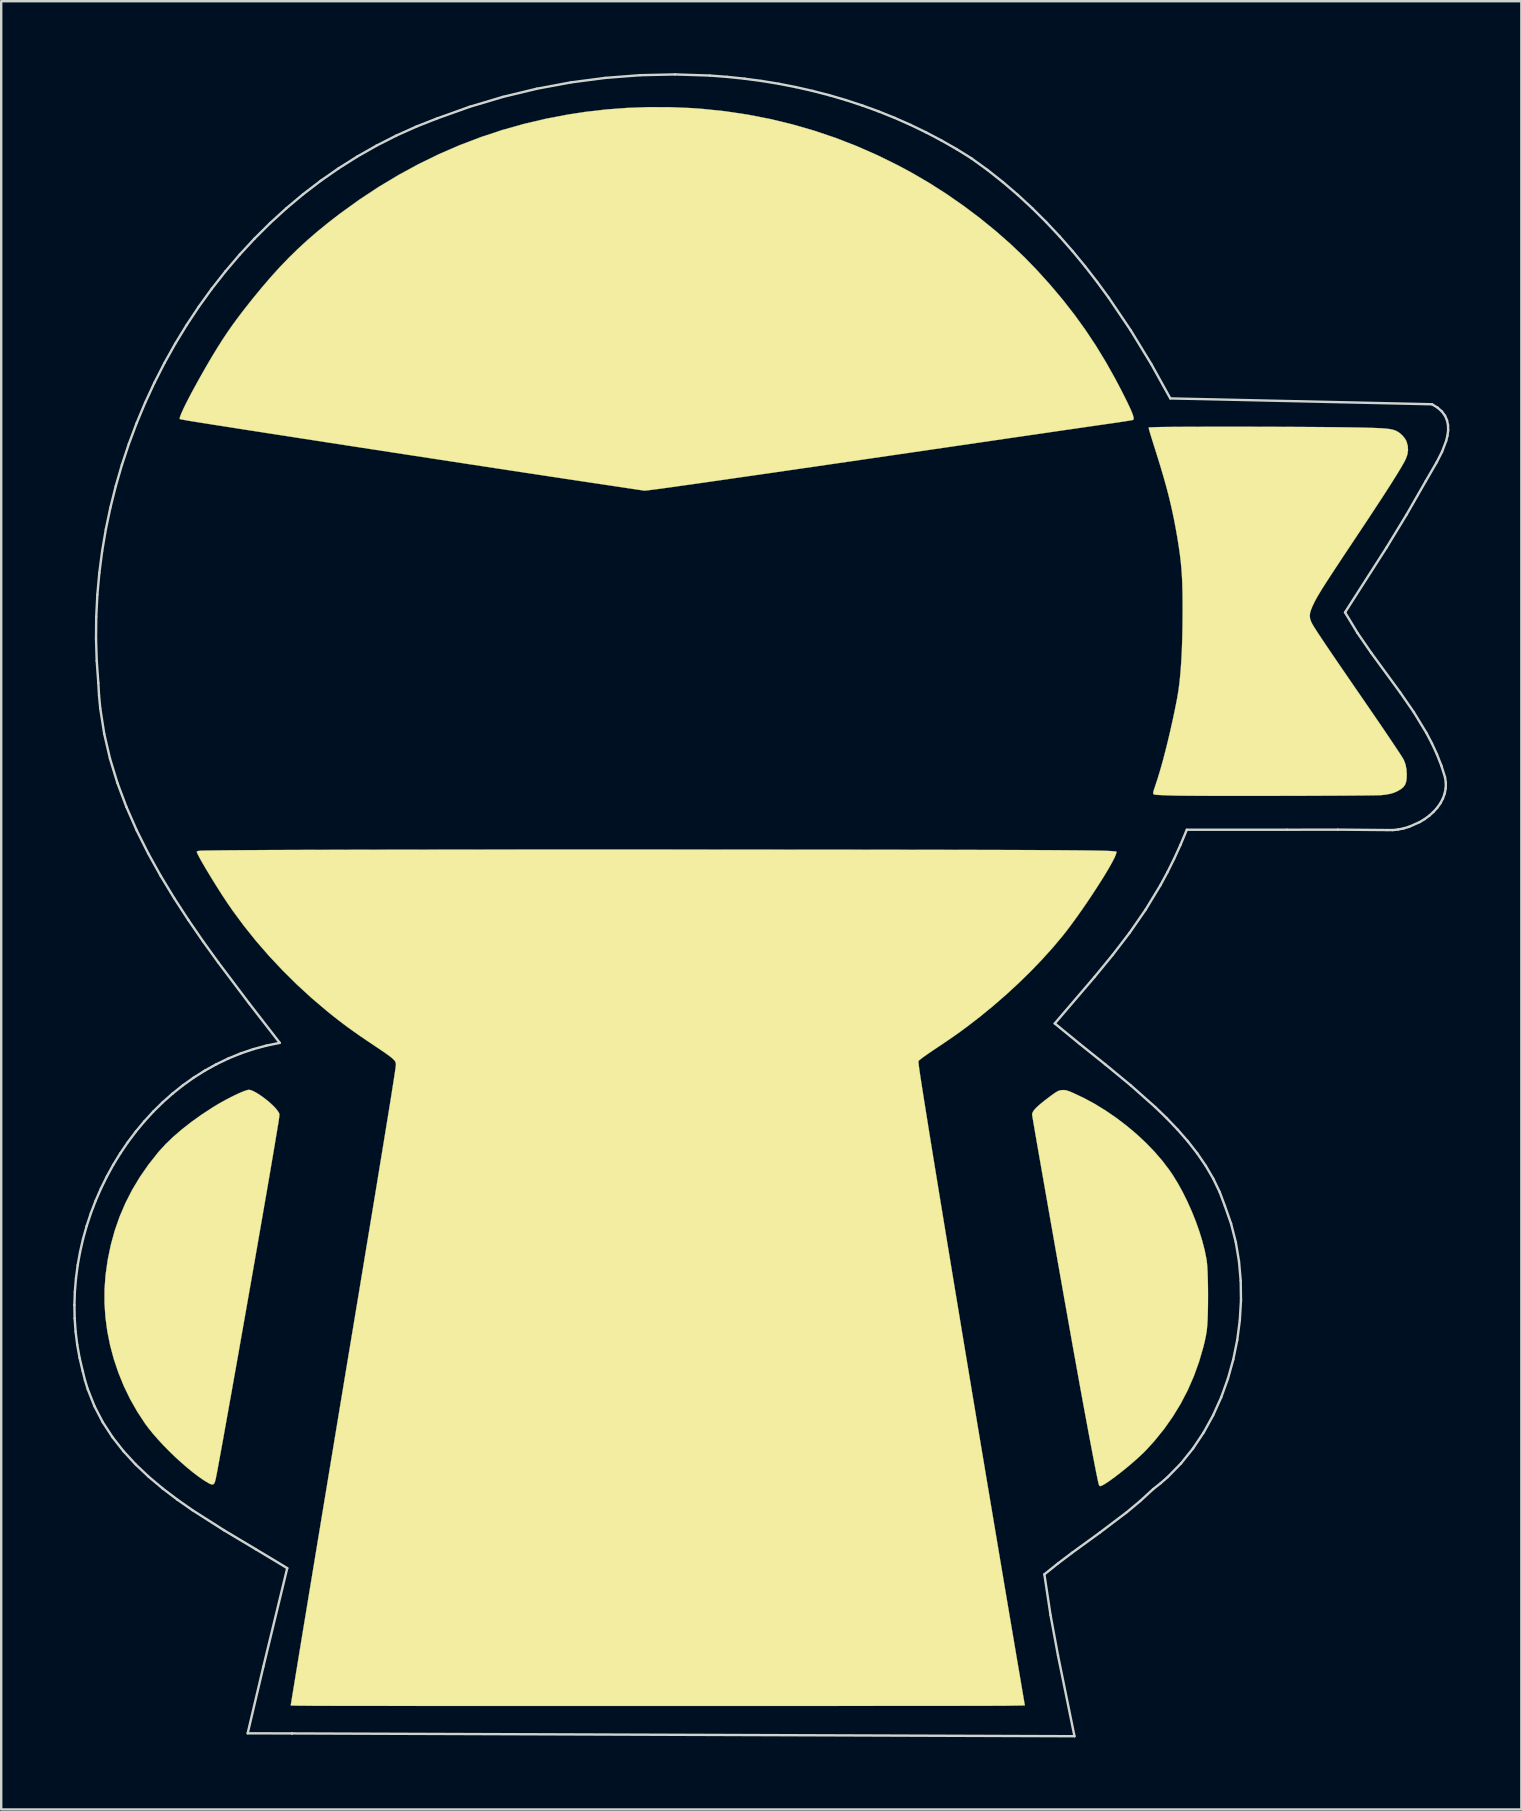
<source format=kicad_pcb>
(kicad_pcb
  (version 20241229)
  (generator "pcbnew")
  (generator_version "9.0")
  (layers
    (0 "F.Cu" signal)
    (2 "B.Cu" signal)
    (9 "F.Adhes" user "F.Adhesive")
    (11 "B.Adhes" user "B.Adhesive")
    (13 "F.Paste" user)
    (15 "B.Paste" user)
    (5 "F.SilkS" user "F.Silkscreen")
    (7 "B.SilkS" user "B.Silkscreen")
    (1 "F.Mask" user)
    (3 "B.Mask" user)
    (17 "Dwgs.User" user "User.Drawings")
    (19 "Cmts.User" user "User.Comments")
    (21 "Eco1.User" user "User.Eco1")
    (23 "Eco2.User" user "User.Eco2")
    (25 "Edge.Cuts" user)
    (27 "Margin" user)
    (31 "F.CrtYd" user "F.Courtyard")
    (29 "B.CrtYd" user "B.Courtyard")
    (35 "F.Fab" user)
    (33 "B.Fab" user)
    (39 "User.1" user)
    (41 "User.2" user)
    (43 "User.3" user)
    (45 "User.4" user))
  (footprint "ninja-art"
    (layer "F.Cu")
    (at 28.661 34.661)
    (property "Reference" "ninja-art" (at 0 0 0) (layer "F.SilkS") (effects (font (size 1.27 1.27) (thickness 0.15))))
    (attr through_hole)
    (fp_poly (pts (xy 4.741 -14.704) (xy 5.052 -14.681) (xy 5.338 -14.64) (xy 5.609 -14.581) (xy 5.872 -14.5) (xy 6.135 -14.397) (xy 6.382 -14.282) (xy 6.736 -14.083) (xy 7.069 -13.85) (xy 7.378 -13.586) (xy 7.659 -13.294) (xy 7.91 -12.978) (xy 8.126 -12.641) (xy 8.244 -12.418) (xy 8.393 -12.069) (xy 8.512 -11.697) (xy 8.599 -11.311) (xy 8.653 -10.919) (xy 8.672 -10.528) (xy 8.659 -10.201) (xy 8.606 -9.783) (xy 8.516 -9.385) (xy 8.389 -9.008) (xy 8.225 -8.65) (xy 8.023 -8.311) (xy 7.783 -7.99) (xy 7.504 -7.686) (xy 7.459 -7.641) (xy 7.165 -7.381) (xy 6.852 -7.148) (xy 6.527 -6.944) (xy 6.193 -6.774) (xy 5.856 -6.641) (xy 5.599 -6.564) (xy 5.222 -6.487) (xy 4.826 -6.438) (xy 4.424 -6.419) (xy 4.029 -6.43) (xy 3.938 -6.437) (xy 3.611 -6.481) (xy 3.292 -6.556) (xy 2.978 -6.663) (xy 2.665 -6.803) (xy 2.348 -6.98) (xy 2.023 -7.194) (xy 1.869 -7.305) (xy 1.762 -7.391) (xy 1.639 -7.499) (xy 1.506 -7.622) (xy 1.37 -7.754) (xy 1.238 -7.888) (xy 1.118 -8.017) (xy 1.015 -8.134) (xy 0.937 -8.232) (xy 0.927 -8.245) (xy 0.734 -8.553) (xy 0.571 -8.887) (xy 0.44 -9.241) (xy 0.341 -9.611) (xy 0.275 -9.993) (xy 0.244 -10.38) (xy 0.248 -10.769) (xy 0.288 -11.155) (xy 0.308 -11.271) (xy 0.405 -11.682) (xy 0.541 -12.078) (xy 0.712 -12.455) (xy 0.918 -12.811) (xy 1.157 -13.145) (xy 1.427 -13.454) (xy 1.726 -13.736) (xy 2.052 -13.989) (xy 2.404 -14.211) (xy 2.779 -14.399) (xy 2.94 -14.466) (xy 3.176 -14.55) (xy 3.409 -14.615) (xy 3.65 -14.662) (xy 3.906 -14.692) (xy 4.187 -14.708) (xy 4.399 -14.711) (xy 4.741 -14.704)) (stroke (width 0.01) (type solid)) (fill yes) (layer "F.Mask"))
    (fp_poly (pts (xy -13.378 -14.712) (xy -13.018 -14.676) (xy -12.622 -14.603) (xy -12.247 -14.495) (xy -11.89 -14.352) (xy -11.55 -14.172) (xy -11.223 -13.954) (xy -10.907 -13.697) (xy -10.625 -13.426) (xy -10.393 -13.168) (xy -10.191 -12.904) (xy -10.017 -12.627) (xy -9.867 -12.332) (xy -9.739 -12.013) (xy -9.629 -11.666) (xy -9.536 -11.284) (xy -9.531 -11.261) (xy -9.512 -11.171) (xy -9.499 -11.093) (xy -9.488 -11.017) (xy -9.482 -10.935) (xy -9.477 -10.839) (xy -9.475 -10.721) (xy -9.474 -10.573) (xy -9.473 -10.499) (xy -9.473 -10.332) (xy -9.475 -10.199) (xy -9.478 -10.093) (xy -9.484 -10.005) (xy -9.492 -9.926) (xy -9.504 -9.849) (xy -9.52 -9.766) (xy -9.521 -9.761) (xy -9.622 -9.369) (xy -9.763 -8.986) (xy -9.944 -8.617) (xy -10.163 -8.263) (xy -10.316 -8.054) (xy -10.406 -7.948) (xy -10.519 -7.824) (xy -10.648 -7.693) (xy -10.784 -7.563) (xy -10.916 -7.443) (xy -11.037 -7.341) (xy -11.07 -7.315) (xy -11.311 -7.141) (xy -11.554 -6.988) (xy -11.818 -6.844) (xy -11.85 -6.828) (xy -12.059 -6.726) (xy -12.242 -6.645) (xy -12.409 -6.582) (xy -12.567 -6.535) (xy -12.727 -6.5) (xy -12.897 -6.475) (xy -13.087 -6.458) (xy -13.102 -6.457) (xy -13.2 -6.451) (xy -13.323 -6.447) (xy -13.465 -6.443) (xy -13.619 -6.44) (xy -13.777 -6.439) (xy -13.932 -6.438) (xy -14.078 -6.438) (xy -14.207 -6.44) (xy -14.312 -6.442) (xy -14.387 -6.446) (xy -14.415 -6.449) (xy -14.652 -6.499) (xy -14.909 -6.575) (xy -15.176 -6.672) (xy -15.443 -6.787) (xy -15.7 -6.915) (xy -15.875 -7.015) (xy -16.231 -7.253) (xy -16.553 -7.517) (xy -16.844 -7.807) (xy -17.106 -8.126) (xy -17.227 -8.297) (xy -17.423 -8.623) (xy -17.591 -8.97) (xy -17.725 -9.33) (xy -17.823 -9.693) (xy -17.846 -9.812) (xy -17.872 -9.997) (xy -17.888 -10.21) (xy -17.895 -10.44) (xy -17.893 -10.672) (xy -17.881 -10.895) (xy -17.86 -11.096) (xy -17.856 -11.123) (xy -17.777 -11.537) (xy -17.668 -11.922) (xy -17.527 -12.283) (xy -17.353 -12.623) (xy -17.144 -12.947) (xy -16.897 -13.258) (xy -16.75 -13.42) (xy -16.449 -13.705) (xy -16.125 -13.957) (xy -15.778 -14.175) (xy -15.412 -14.357) (xy -15.029 -14.504) (xy -14.631 -14.613) (xy -14.222 -14.685) (xy -13.804 -14.719) (xy -13.378 -14.712)) (stroke (width 0.01) (type solid)) (fill yes) (layer "F.Mask"))
    (fp_poly (pts (xy 4.741 -14.704) (xy 5.052 -14.681) (xy 5.338 -14.64) (xy 5.609 -14.581) (xy 5.872 -14.5) (xy 6.135 -14.397) (xy 6.382 -14.282) (xy 6.736 -14.083) (xy 7.069 -13.85) (xy 7.378 -13.586) (xy 7.659 -13.294) (xy 7.91 -12.978) (xy 8.126 -12.641) (xy 8.244 -12.418) (xy 8.393 -12.069) (xy 8.512 -11.697) (xy 8.599 -11.311) (xy 8.653 -10.919) (xy 8.672 -10.528) (xy 8.659 -10.201) (xy 8.606 -9.783) (xy 8.516 -9.385) (xy 8.389 -9.008) (xy 8.225 -8.65) (xy 8.023 -8.311) (xy 7.783 -7.99) (xy 7.504 -7.686) (xy 7.459 -7.641) (xy 7.165 -7.381) (xy 6.852 -7.148) (xy 6.527 -6.944) (xy 6.193 -6.774) (xy 5.856 -6.641) (xy 5.599 -6.564) (xy 5.222 -6.487) (xy 4.826 -6.438) (xy 4.424 -6.419) (xy 4.029 -6.43) (xy 3.938 -6.437) (xy 3.611 -6.481) (xy 3.292 -6.556) (xy 2.978 -6.663) (xy 2.665 -6.803) (xy 2.348 -6.98) (xy 2.023 -7.194) (xy 1.869 -7.305) (xy 1.762 -7.391) (xy 1.639 -7.499) (xy 1.506 -7.622) (xy 1.37 -7.754) (xy 1.238 -7.888) (xy 1.118 -8.017) (xy 1.015 -8.134) (xy 0.937 -8.232) (xy 0.927 -8.245) (xy 0.734 -8.553) (xy 0.571 -8.887) (xy 0.44 -9.241) (xy 0.341 -9.611) (xy 0.275 -9.993) (xy 0.244 -10.38) (xy 0.248 -10.769) (xy 0.288 -11.155) (xy 0.308 -11.271) (xy 0.405 -11.682) (xy 0.541 -12.078) (xy 0.712 -12.455) (xy 0.918 -12.811) (xy 1.157 -13.145) (xy 1.427 -13.454) (xy 1.726 -13.736) (xy 2.052 -13.989) (xy 2.404 -14.211) (xy 2.779 -14.399) (xy 2.94 -14.466) (xy 3.176 -14.55) (xy 3.409 -14.615) (xy 3.65 -14.662) (xy 3.906 -14.692) (xy 4.187 -14.708) (xy 4.399 -14.711) (xy 4.741 -14.704)) (stroke (width 0.01) (type solid)) (fill yes) (layer "B.Mask"))
    (fp_poly (pts (xy -13.378 -14.712) (xy -13.018 -14.676) (xy -12.622 -14.603) (xy -12.247 -14.495) (xy -11.89 -14.352) (xy -11.55 -14.172) (xy -11.223 -13.954) (xy -10.907 -13.697) (xy -10.625 -13.426) (xy -10.393 -13.168) (xy -10.191 -12.904) (xy -10.017 -12.627) (xy -9.867 -12.332) (xy -9.739 -12.013) (xy -9.629 -11.666) (xy -9.536 -11.284) (xy -9.531 -11.261) (xy -9.512 -11.171) (xy -9.499 -11.093) (xy -9.488 -11.017) (xy -9.482 -10.935) (xy -9.477 -10.839) (xy -9.475 -10.721) (xy -9.474 -10.573) (xy -9.473 -10.499) (xy -9.473 -10.332) (xy -9.475 -10.199) (xy -9.478 -10.093) (xy -9.484 -10.005) (xy -9.492 -9.926) (xy -9.504 -9.849) (xy -9.52 -9.766) (xy -9.521 -9.761) (xy -9.622 -9.369) (xy -9.763 -8.986) (xy -9.944 -8.617) (xy -10.163 -8.263) (xy -10.316 -8.054) (xy -10.406 -7.948) (xy -10.519 -7.824) (xy -10.648 -7.693) (xy -10.784 -7.563) (xy -10.916 -7.443) (xy -11.037 -7.341) (xy -11.07 -7.315) (xy -11.311 -7.141) (xy -11.554 -6.988) (xy -11.818 -6.844) (xy -11.85 -6.828) (xy -12.059 -6.726) (xy -12.242 -6.645) (xy -12.409 -6.582) (xy -12.567 -6.535) (xy -12.727 -6.5) (xy -12.897 -6.475) (xy -13.087 -6.458) (xy -13.102 -6.457) (xy -13.2 -6.451) (xy -13.323 -6.447) (xy -13.465 -6.443) (xy -13.619 -6.44) (xy -13.777 -6.439) (xy -13.932 -6.438) (xy -14.078 -6.438) (xy -14.207 -6.44) (xy -14.312 -6.442) (xy -14.387 -6.446) (xy -14.415 -6.449) (xy -14.652 -6.499) (xy -14.909 -6.575) (xy -15.176 -6.672) (xy -15.443 -6.787) (xy -15.7 -6.915) (xy -15.875 -7.015) (xy -16.231 -7.253) (xy -16.553 -7.517) (xy -16.844 -7.807) (xy -17.106 -8.126) (xy -17.227 -8.297) (xy -17.423 -8.623) (xy -17.591 -8.97) (xy -17.725 -9.33) (xy -17.823 -9.693) (xy -17.846 -9.812) (xy -17.872 -9.997) (xy -17.888 -10.21) (xy -17.895 -10.44) (xy -17.893 -10.672) (xy -17.881 -10.895) (xy -17.86 -11.096) (xy -17.856 -11.123) (xy -17.777 -11.537) (xy -17.668 -11.922) (xy -17.527 -12.283) (xy -17.353 -12.623) (xy -17.144 -12.947) (xy -16.897 -13.258) (xy -16.75 -13.42) (xy -16.449 -13.705) (xy -16.125 -13.957) (xy -15.778 -14.175) (xy -15.412 -14.357) (xy -15.029 -14.504) (xy -14.631 -14.613) (xy -14.222 -14.685) (xy -13.804 -14.719) (xy -13.378 -14.712)) (stroke (width 0.01) (type solid)) (fill yes) (layer "B.Mask"))
    (fp_poly (pts (xy -21.262 7.698) (xy -21.16 7.74) (xy -21.04 7.803) (xy -20.908 7.885) (xy -20.77 7.981) (xy -20.63 8.087) (xy -20.495 8.198) (xy -20.37 8.311) (xy -20.261 8.42) (xy -20.173 8.523) (xy -20.121 8.6) (xy -20.106 8.623) (xy -20.094 8.642) (xy -20.084 8.66) (xy -20.077 8.682) (xy -20.074 8.71) (xy -20.075 8.749) (xy -20.079 8.802) (xy -20.088 8.873) (xy -20.102 8.966) (xy -20.12 9.084) (xy -20.145 9.232) (xy -20.175 9.412) (xy -20.211 9.629) (xy -20.227 9.726) (xy -20.27 9.984) (xy -20.319 10.273) (xy -20.373 10.59) (xy -20.431 10.934) (xy -20.494 11.302) (xy -20.561 11.693) (xy -20.632 12.104) (xy -20.707 12.533) (xy -20.784 12.979) (xy -20.864 13.439) (xy -20.946 13.911) (xy -21.03 14.394) (xy -21.116 14.885) (xy -21.203 15.382) (xy -21.291 15.884) (xy -21.38 16.387) (xy -21.468 16.891) (xy -21.557 17.394) (xy -21.645 17.892) (xy -21.732 18.384) (xy -21.817 18.869) (xy -21.901 19.343) (xy -21.984 19.806) (xy -22.063 20.255) (xy -22.141 20.688) (xy -22.215 21.103) (xy -22.286 21.498) (xy -22.353 21.871) (xy -22.415 22.22) (xy -22.474 22.542) (xy -22.528 22.837) (xy -22.576 23.102) (xy -22.619 23.334) (xy -22.656 23.533) (xy -22.687 23.695) (xy -22.711 23.819) (xy -22.725 23.886) (xy -22.754 24.002) (xy -22.787 24.079) (xy -22.829 24.119) (xy -22.884 24.125) (xy -22.958 24.102) (xy -23.019 24.071) (xy -23.219 23.95) (xy -23.439 23.798) (xy -23.674 23.62) (xy -23.919 23.42) (xy -24.169 23.203) (xy -24.421 22.972) (xy -24.669 22.732) (xy -24.909 22.487) (xy -25.136 22.242) (xy -25.346 22.001) (xy -25.533 21.769) (xy -25.666 21.59) (xy -25.995 21.089) (xy -26.291 20.567) (xy -26.552 20.028) (xy -26.778 19.473) (xy -26.969 18.907) (xy -27.123 18.332) (xy -27.24 17.75) (xy -27.318 17.166) (xy -27.358 16.581) (xy -27.357 16) (xy -27.316 15.424) (xy -27.315 15.409) (xy -27.225 14.77) (xy -27.097 14.151) (xy -26.932 13.549) (xy -26.728 12.966) (xy -26.485 12.399) (xy -26.204 11.849) (xy -25.884 11.316) (xy -25.524 10.797) (xy -25.125 10.293) (xy -25.086 10.247) (xy -24.809 9.945) (xy -24.491 9.64) (xy -24.136 9.334) (xy -23.745 9.028) (xy -23.321 8.724) (xy -22.864 8.425) (xy -22.828 8.402) (xy -22.66 8.3) (xy -22.483 8.198) (xy -22.302 8.099) (xy -22.122 8.005) (xy -21.949 7.919) (xy -21.787 7.842) (xy -21.641 7.778) (xy -21.515 7.729) (xy -21.415 7.697) (xy -21.347 7.684) (xy -21.341 7.684) (xy -21.262 7.698)) (stroke (width 0.01) (type solid)) (fill yes) (layer "F.SilkS"))
    (fp_poly (pts (xy 12.635 7.697) (xy 12.693 7.705) (xy 12.756 7.722) (xy 12.835 7.75) (xy 12.939 7.793) (xy 12.975 7.809) (xy 13.434 8.024) (xy 13.892 8.272) (xy 14.344 8.549) (xy 14.787 8.853) (xy 15.216 9.18) (xy 15.627 9.525) (xy 16.015 9.886) (xy 16.375 10.259) (xy 16.705 10.64) (xy 16.998 11.026) (xy 17.13 11.218) (xy 17.345 11.567) (xy 17.552 11.942) (xy 17.748 12.338) (xy 17.931 12.746) (xy 18.097 13.16) (xy 18.244 13.573) (xy 18.369 13.979) (xy 18.47 14.37) (xy 18.544 14.74) (xy 18.554 14.806) (xy 18.567 14.92) (xy 18.579 15.071) (xy 18.589 15.254) (xy 18.597 15.464) (xy 18.603 15.697) (xy 18.607 15.946) (xy 18.609 16.208) (xy 18.608 16.476) (xy 18.605 16.746) (xy 18.602 16.902) (xy 18.596 17.135) (xy 18.587 17.335) (xy 18.576 17.509) (xy 18.561 17.668) (xy 18.54 17.818) (xy 18.513 17.969) (xy 18.479 18.129) (xy 18.436 18.307) (xy 18.413 18.4) (xy 18.233 19.02) (xy 18.016 19.62) (xy 17.762 20.2) (xy 17.471 20.759) (xy 17.142 21.298) (xy 16.778 21.815) (xy 16.376 22.312) (xy 16.04 22.682) (xy 15.918 22.805) (xy 15.779 22.936) (xy 15.627 23.075) (xy 15.466 23.216) (xy 15.298 23.359) (xy 15.128 23.499) (xy 14.959 23.634) (xy 14.796 23.761) (xy 14.64 23.877) (xy 14.497 23.979) (xy 14.37 24.065) (xy 14.263 24.131) (xy 14.178 24.175) (xy 14.121 24.193) (xy 14.114 24.194) (xy 14.082 24.174) (xy 14.056 24.114) (xy 14.055 24.109) (xy 14.038 24.04) (xy 14.014 23.931) (xy 13.984 23.785) (xy 13.947 23.605) (xy 13.905 23.392) (xy 13.858 23.149) (xy 13.806 22.878) (xy 13.75 22.582) (xy 13.689 22.263) (xy 13.625 21.923) (xy 13.558 21.565) (xy 13.489 21.19) (xy 13.417 20.802) (xy 13.344 20.402) (xy 13.269 19.993) (xy 13.194 19.577) (xy 13.118 19.156) (xy 13.042 18.733) (xy 13.009 18.553) (xy 12.94 18.166) (xy 12.869 17.765) (xy 12.795 17.352) (xy 12.72 16.928) (xy 12.643 16.496) (xy 12.565 16.057) (xy 12.487 15.614) (xy 12.408 15.168) (xy 12.329 14.722) (xy 12.25 14.277) (xy 12.173 13.835) (xy 12.096 13.399) (xy 12.02 12.97) (xy 11.947 12.551) (xy 11.875 12.143) (xy 11.806 11.748) (xy 11.739 11.369) (xy 11.676 11.006) (xy 11.616 10.663) (xy 11.559 10.341) (xy 11.507 10.042) (xy 11.46 9.769) (xy 11.417 9.522) (xy 11.38 9.305) (xy 11.348 9.118) (xy 11.322 8.965) (xy 11.302 8.847) (xy 11.289 8.765) (xy 11.282 8.723) (xy 11.282 8.717) (xy 11.29 8.659) (xy 11.318 8.596) (xy 11.366 8.525) (xy 11.438 8.445) (xy 11.535 8.352) (xy 11.661 8.244) (xy 11.817 8.12) (xy 12.006 7.977) (xy 12.085 7.918) (xy 12.2 7.835) (xy 12.291 7.775) (xy 12.365 7.735) (xy 12.432 7.711) (xy 12.498 7.699) (xy 12.572 7.695) (xy 12.573 7.695) (xy 12.635 7.697)) (stroke (width 0.01) (type solid)) (fill yes) (layer "F.SilkS"))
    (fp_poly (pts (xy -3.808 -33.246) (xy -2.927 -33.21) (xy -2.466 -33.177) (xy -1.509 -33.077) (xy -0.564 -32.936) (xy 0.37 -32.754) (xy 1.291 -32.532) (xy 2.201 -32.269) (xy 3.098 -31.966) (xy 3.984 -31.622) (xy 4.856 -31.238) (xy 5.716 -30.813) (xy 6.287 -30.505) (xy 7.01 -30.082) (xy 7.724 -29.626) (xy 8.422 -29.14) (xy 9.102 -28.629) (xy 9.758 -28.096) (xy 10.385 -27.545) (xy 10.98 -26.978) (xy 11.485 -26.456) (xy 12.043 -25.838) (xy 12.563 -25.22) (xy 13.049 -24.597) (xy 13.506 -23.963) (xy 13.939 -23.311) (xy 14.35 -22.636) (xy 14.745 -21.932) (xy 15.008 -21.431) (xy 15.136 -21.177) (xy 15.245 -20.958) (xy 15.333 -20.772) (xy 15.403 -20.618) (xy 15.454 -20.494) (xy 15.488 -20.397) (xy 15.506 -20.328) (xy 15.506 -20.325) (xy 15.513 -20.268) (xy 15.504 -20.237) (xy 15.477 -20.219) (xy 15.47 -20.216) (xy 15.439 -20.209) (xy 15.371 -20.197) (xy 15.27 -20.18) (xy 15.14 -20.16) (xy 14.985 -20.136) (xy 14.81 -20.11) (xy 14.62 -20.082) (xy 14.436 -20.056) (xy 14.317 -20.039) (xy 14.159 -20.016) (xy 13.965 -19.988) (xy 13.736 -19.955) (xy 13.475 -19.917) (xy 13.185 -19.875) (xy 12.868 -19.829) (xy 12.527 -19.78) (xy 12.164 -19.727) (xy 11.782 -19.671) (xy 11.383 -19.613) (xy 10.97 -19.553) (xy 10.545 -19.491) (xy 10.111 -19.428) (xy 9.671 -19.363) (xy 9.226 -19.298) (xy 8.964 -19.26) (xy 7.989 -19.117) (xy 7.055 -18.981) (xy 6.162 -18.85) (xy 5.309 -18.726) (xy 4.495 -18.607) (xy 3.72 -18.494) (xy 2.983 -18.387) (xy 2.284 -18.285) (xy 1.621 -18.189) (xy 0.995 -18.098) (xy 0.404 -18.012) (xy -0.151 -17.932) (xy -0.672 -17.857) (xy -1.159 -17.787) (xy -1.613 -17.721) (xy -2.034 -17.661) (xy -2.424 -17.605) (xy -2.782 -17.554) (xy -3.109 -17.508) (xy -3.407 -17.466) (xy -3.674 -17.428) (xy -3.913 -17.395) (xy -4.124 -17.366) (xy -4.307 -17.341) (xy -4.463 -17.321) (xy -4.593 -17.304) (xy -4.697 -17.291) (xy -4.776 -17.282) (xy -4.83 -17.276) (xy -4.861 -17.274) (xy -4.865 -17.275) (xy -4.904 -17.279) (xy -4.969 -17.288) (xy -5.027 -17.297) (xy -5.069 -17.303) (xy -5.148 -17.315) (xy -5.263 -17.332) (xy -5.408 -17.354) (xy -5.581 -17.38) (xy -5.777 -17.41) (xy -5.994 -17.442) (xy -6.227 -17.477) (xy -6.473 -17.514) (xy -6.7 -17.548) (xy -7.135 -17.613) (xy -7.601 -17.683) (xy -8.097 -17.758) (xy -8.619 -17.837) (xy -9.166 -17.92) (xy -9.734 -18.006) (xy -10.322 -18.095) (xy -10.927 -18.187) (xy -11.546 -18.282) (xy -12.177 -18.378) (xy -12.818 -18.476) (xy -13.465 -18.575) (xy -14.116 -18.675) (xy -14.77 -18.775) (xy -15.423 -18.875) (xy -16.072 -18.975) (xy -16.716 -19.074) (xy -17.352 -19.172) (xy -17.977 -19.268) (xy -18.589 -19.363) (xy -19.185 -19.455) (xy -19.764 -19.545) (xy -20.321 -19.631) (xy -20.856 -19.714) (xy -21.364 -19.793) (xy -21.845 -19.868) (xy -22.295 -19.939) (xy -22.712 -20.004) (xy -23.093 -20.064) (xy -23.436 -20.118) (xy -23.59 -20.143) (xy -23.747 -20.168) (xy -23.89 -20.192) (xy -24.014 -20.214) (xy -24.114 -20.233) (xy -24.184 -20.247) (xy -24.219 -20.256) (xy -24.222 -20.257) (xy -24.226 -20.289) (xy -24.21 -20.354) (xy -24.174 -20.451) (xy -24.119 -20.578) (xy -24.048 -20.732) (xy -23.96 -20.911) (xy -23.857 -21.112) (xy -23.74 -21.335) (xy -23.61 -21.575) (xy -23.469 -21.832) (xy -23.318 -22.102) (xy -23.157 -22.384) (xy -23.066 -22.543) (xy -22.849 -22.91) (xy -22.642 -23.249) (xy -22.439 -23.568) (xy -22.235 -23.874) (xy -22.023 -24.177) (xy -21.799 -24.483) (xy -21.557 -24.801) (xy -21.292 -25.138) (xy -21.213 -25.237) (xy -20.82 -25.717) (xy -20.437 -26.163) (xy -20.059 -26.581) (xy -19.68 -26.975) (xy -19.294 -27.352) (xy -18.897 -27.717) (xy -18.481 -28.075) (xy -18.043 -28.432) (xy -17.575 -28.793) (xy -17.537 -28.822) (xy -16.739 -29.397) (xy -15.93 -29.931) (xy -15.107 -30.424) (xy -14.272 -30.878) (xy -13.422 -31.292) (xy -12.559 -31.666) (xy -11.681 -32) (xy -10.789 -32.296) (xy -9.88 -32.551) (xy -8.957 -32.768) (xy -8.017 -32.946) (xy -7.334 -33.05) (xy -6.469 -33.15) (xy -5.587 -33.216) (xy -4.697 -33.248) (xy -3.808 -33.246)) (stroke (width 0.01) (type solid)) (fill yes) (layer "F.SilkS"))
    (fp_poly (pts (xy 19.581 -19.935) (xy 19.953 -19.935) (xy 20.329 -19.935) (xy 20.707 -19.934) (xy 21.083 -19.933) (xy 21.454 -19.932) (xy 21.818 -19.931) (xy 22.172 -19.929) (xy 22.512 -19.927) (xy 22.836 -19.925) (xy 23.14 -19.923) (xy 23.422 -19.921) (xy 23.68 -19.918) (xy 23.738 -19.918) (xy 24.119 -19.913) (xy 24.461 -19.909) (xy 24.765 -19.904) (xy 25.034 -19.899) (xy 25.27 -19.893) (xy 25.477 -19.887) (xy 25.657 -19.88) (xy 25.812 -19.873) (xy 25.945 -19.864) (xy 26.058 -19.853) (xy 26.153 -19.842) (xy 26.234 -19.828) (xy 26.303 -19.813) (xy 26.362 -19.796) (xy 26.413 -19.777) (xy 26.46 -19.756) (xy 26.486 -19.743) (xy 26.597 -19.67) (xy 26.704 -19.573) (xy 26.796 -19.464) (xy 26.863 -19.355) (xy 26.878 -19.32) (xy 26.928 -19.139) (xy 26.94 -18.962) (xy 26.914 -18.783) (xy 26.849 -18.598) (xy 26.786 -18.473) (xy 26.715 -18.348) (xy 26.636 -18.212) (xy 26.546 -18.063) (xy 26.446 -17.899) (xy 26.332 -17.717) (xy 26.206 -17.517) (xy 26.064 -17.296) (xy 25.907 -17.053) (xy 25.732 -16.785) (xy 25.539 -16.491) (xy 25.327 -16.168) (xy 25.094 -15.816) (xy 24.838 -15.432) (xy 24.669 -15.177) (xy 24.445 -14.84) (xy 24.243 -14.537) (xy 24.063 -14.264) (xy 23.902 -14.02) (xy 23.759 -13.802) (xy 23.633 -13.608) (xy 23.522 -13.437) (xy 23.425 -13.285) (xy 23.342 -13.152) (xy 23.269 -13.033) (xy 23.206 -12.928) (xy 23.152 -12.835) (xy 23.105 -12.75) (xy 23.063 -12.673) (xy 23.029 -12.605) (xy 22.949 -12.435) (xy 22.893 -12.293) (xy 22.859 -12.172) (xy 22.848 -12.063) (xy 22.857 -11.962) (xy 22.886 -11.859) (xy 22.922 -11.776) (xy 22.944 -11.733) (xy 22.978 -11.674) (xy 23.024 -11.598) (xy 23.084 -11.503) (xy 23.157 -11.389) (xy 23.246 -11.254) (xy 23.35 -11.097) (xy 23.471 -10.916) (xy 23.609 -10.711) (xy 23.766 -10.48) (xy 23.942 -10.222) (xy 24.137 -9.936) (xy 24.354 -9.62) (xy 24.592 -9.273) (xy 24.853 -8.893) (xy 25.137 -8.481) (xy 25.146 -8.467) (xy 25.361 -8.155) (xy 25.565 -7.857) (xy 25.757 -7.576) (xy 25.937 -7.312) (xy 26.102 -7.067) (xy 26.252 -6.845) (xy 26.386 -6.645) (xy 26.501 -6.471) (xy 26.598 -6.324) (xy 26.674 -6.206) (xy 26.729 -6.118) (xy 26.76 -6.063) (xy 26.763 -6.059) (xy 26.833 -5.877) (xy 26.875 -5.665) (xy 26.888 -5.45) (xy 26.882 -5.277) (xy 26.859 -5.136) (xy 26.816 -5.022) (xy 26.747 -4.927) (xy 26.651 -4.845) (xy 26.521 -4.768) (xy 26.495 -4.754) (xy 26.385 -4.704) (xy 26.275 -4.666) (xy 26.155 -4.636) (xy 26.013 -4.612) (xy 25.84 -4.592) (xy 25.834 -4.591) (xy 25.785 -4.589) (xy 25.695 -4.586) (xy 25.569 -4.583) (xy 25.408 -4.581) (xy 25.215 -4.578) (xy 24.992 -4.576) (xy 24.742 -4.574) (xy 24.468 -4.572) (xy 24.171 -4.57) (xy 23.856 -4.568) (xy 23.523 -4.567) (xy 23.176 -4.565) (xy 22.818 -4.564) (xy 22.45 -4.562) (xy 22.076 -4.561) (xy 21.697 -4.561) (xy 21.317 -4.56) (xy 20.938 -4.559) (xy 20.563 -4.559) (xy 20.194 -4.559) (xy 19.833 -4.559) (xy 19.484 -4.559) (xy 19.148 -4.56) (xy 18.829 -4.56) (xy 18.528 -4.561) (xy 18.249 -4.562) (xy 17.994 -4.564) (xy 17.765 -4.565) (xy 17.566 -4.567) (xy 17.398 -4.569) (xy 17.264 -4.571) (xy 17.209 -4.573) (xy 17.043 -4.578) (xy 16.884 -4.583) (xy 16.739 -4.588) (xy 16.616 -4.594) (xy 16.52 -4.599) (xy 16.458 -4.603) (xy 16.452 -4.604) (xy 16.396 -4.61) (xy 16.356 -4.62) (xy 16.332 -4.638) (xy 16.324 -4.671) (xy 16.33 -4.722) (xy 16.351 -4.799) (xy 16.386 -4.906) (xy 16.424 -5.019) (xy 16.522 -5.319) (xy 16.624 -5.656) (xy 16.728 -6.026) (xy 16.832 -6.424) (xy 16.937 -6.845) (xy 17.04 -7.283) (xy 17.141 -7.735) (xy 17.238 -8.196) (xy 17.323 -8.628) (xy 17.376 -8.941) (xy 17.422 -9.296) (xy 17.461 -9.693) (xy 17.493 -10.131) (xy 17.518 -10.611) (xy 17.536 -11.131) (xy 17.547 -11.693) (xy 17.551 -12.297) (xy 17.551 -12.319) (xy 17.55 -12.683) (xy 17.546 -13.011) (xy 17.539 -13.31) (xy 17.529 -13.586) (xy 17.514 -13.847) (xy 17.495 -14.097) (xy 17.47 -14.345) (xy 17.44 -14.596) (xy 17.403 -14.858) (xy 17.36 -15.136) (xy 17.326 -15.346) (xy 17.261 -15.712) (xy 17.194 -16.065) (xy 17.122 -16.41) (xy 17.044 -16.754) (xy 16.959 -17.103) (xy 16.864 -17.463) (xy 16.758 -17.839) (xy 16.641 -18.238) (xy 16.509 -18.666) (xy 16.407 -18.991) (xy 16.35 -19.169) (xy 16.298 -19.336) (xy 16.251 -19.487) (xy 16.211 -19.618) (xy 16.179 -19.725) (xy 16.157 -19.801) (xy 16.147 -19.844) (xy 16.146 -19.848) (xy 16.14 -19.907) (xy 16.51 -19.921) (xy 16.603 -19.923) (xy 16.735 -19.925) (xy 16.904 -19.927) (xy 17.106 -19.929) (xy 17.339 -19.931) (xy 17.6 -19.932) (xy 17.885 -19.933) (xy 18.192 -19.934) (xy 18.519 -19.935) (xy 18.86 -19.935) (xy 19.215 -19.935) (xy 19.581 -19.935)) (stroke (width 0.01) (type solid)) (fill yes) (layer "F.SilkS"))
    (fp_poly (pts (xy -6.635 -2.324) (xy -5.645 -2.324) (xy -4.636 -2.324) (xy -3.607 -2.323) (xy -2.559 -2.323) (xy -1.494 -2.322) (xy -1.143 -2.322) (xy -0.156 -2.321) (xy 0.79 -2.32) (xy 1.695 -2.319) (xy 2.561 -2.318) (xy 3.387 -2.318) (xy 4.176 -2.317) (xy 4.928 -2.316) (xy 5.643 -2.315) (xy 6.324 -2.314) (xy 6.97 -2.313) (xy 7.582 -2.312) (xy 8.162 -2.311) (xy 8.71 -2.31) (xy 9.227 -2.308) (xy 9.714 -2.307) (xy 10.172 -2.306) (xy 10.601 -2.304) (xy 11.004 -2.303) (xy 11.38 -2.301) (xy 11.73 -2.3) (xy 12.056 -2.298) (xy 12.357 -2.296) (xy 12.636 -2.294) (xy 12.893 -2.292) (xy 13.129 -2.29) (xy 13.344 -2.288) (xy 13.54 -2.286) (xy 13.717 -2.283) (xy 13.877 -2.281) (xy 14.019 -2.278) (xy 14.146 -2.276) (xy 14.258 -2.273) (xy 14.356 -2.27) (xy 14.441 -2.267) (xy 14.513 -2.263) (xy 14.574 -2.26) (xy 14.624 -2.256) (xy 14.664 -2.253) (xy 14.665 -2.253) (xy 14.8 -2.238) (xy 14.787 -2.175) (xy 14.762 -2.097) (xy 14.715 -1.987) (xy 14.645 -1.85) (xy 14.557 -1.688) (xy 14.452 -1.505) (xy 14.332 -1.304) (xy 14.199 -1.088) (xy 14.054 -0.86) (xy 13.901 -0.623) (xy 13.741 -0.38) (xy 13.577 -0.135) (xy 13.409 0.11) (xy 13.241 0.35) (xy 13.074 0.584) (xy 12.91 0.807) (xy 12.752 1.018) (xy 12.601 1.212) (xy 12.564 1.258) (xy 12.155 1.747) (xy 11.71 2.242) (xy 11.234 2.738) (xy 10.731 3.23) (xy 10.208 3.713) (xy 9.667 4.183) (xy 9.116 4.635) (xy 8.604 5.03) (xy 8.439 5.152) (xy 8.283 5.267) (xy 8.128 5.378) (xy 7.968 5.49) (xy 7.795 5.609) (xy 7.603 5.74) (xy 7.384 5.887) (xy 7.324 5.927) (xy 7.118 6.065) (xy 6.946 6.182) (xy 6.808 6.279) (xy 6.7 6.357) (xy 6.622 6.417) (xy 6.572 6.46) (xy 6.548 6.488) (xy 6.547 6.491) (xy 6.546 6.521) (xy 6.552 6.585) (xy 6.562 6.679) (xy 6.577 6.794) (xy 6.595 6.924) (xy 6.602 6.971) (xy 6.638 7.207) (xy 6.681 7.483) (xy 6.73 7.798) (xy 6.786 8.151) (xy 6.848 8.54) (xy 6.916 8.963) (xy 6.989 9.419) (xy 7.068 9.907) (xy 7.152 10.425) (xy 7.241 10.972) (xy 7.335 11.546) (xy 7.433 12.147) (xy 7.536 12.771) (xy 7.642 13.419) (xy 7.752 14.088) (xy 7.866 14.778) (xy 7.983 15.486) (xy 8.103 16.211) (xy 8.226 16.953) (xy 8.351 17.708) (xy 8.479 18.477) (xy 8.609 19.257) (xy 8.74 20.048) (xy 8.874 20.847) (xy 9.008 21.653) (xy 9.144 22.465) (xy 9.281 23.281) (xy 9.418 24.1) (xy 9.556 24.921) (xy 9.694 25.742) (xy 9.832 26.561) (xy 9.969 27.377) (xy 10.106 28.189) (xy 10.242 28.996) (xy 10.378 29.795) (xy 10.512 30.586) (xy 10.644 31.366) (xy 10.717 31.792) (xy 10.978 33.327) (xy 10.161 33.34) (xy 10.101 33.34) (xy 10 33.341) (xy 9.859 33.342) (xy 9.681 33.342) (xy 9.465 33.343) (xy 9.214 33.343) (xy 8.929 33.344) (xy 8.611 33.344) (xy 8.262 33.345) (xy 7.883 33.345) (xy 7.475 33.346) (xy 7.041 33.346) (xy 6.581 33.346) (xy 6.096 33.347) (xy 5.588 33.347) (xy 5.059 33.347) (xy 4.51 33.348) (xy 3.942 33.348) (xy 3.356 33.348) (xy 2.754 33.349) (xy 2.138 33.349) (xy 1.508 33.349) (xy 0.867 33.349) (xy 0.215 33.35) (xy -0.447 33.35) (xy -1.116 33.35) (xy -1.791 33.35) (xy -2.471 33.35) (xy -3.155 33.35) (xy -3.842 33.35) (xy -4.529 33.35) (xy -5.215 33.35) (xy -5.9 33.35) (xy -6.581 33.35) (xy -7.257 33.35) (xy -7.928 33.35) (xy -8.591 33.35) (xy -9.245 33.35) (xy -9.889 33.35) (xy -10.521 33.35) (xy -11.141 33.35) (xy -11.746 33.35) (xy -12.335 33.349) (xy -12.907 33.349) (xy -13.461 33.349) (xy -13.994 33.349) (xy -14.507 33.348) (xy -14.996 33.348) (xy -15.462 33.348) (xy -15.902 33.347) (xy -16.316 33.347) (xy -16.701 33.347) (xy -17.056 33.346) (xy -17.381 33.346) (xy -17.673 33.345) (xy -17.932 33.345) (xy -18.155 33.344) (xy -18.342 33.344) (xy -18.491 33.343) (xy -18.547 33.343) (xy -18.754 33.342) (xy -18.947 33.34) (xy -19.123 33.338) (xy -19.277 33.337) (xy -19.406 33.335) (xy -19.505 33.333) (xy -19.571 33.331) (xy -19.6 33.33) (xy -19.6 33.329) (xy -19.597 33.306) (xy -19.587 33.242) (xy -19.57 33.14) (xy -19.548 33) (xy -19.519 32.825) (xy -19.485 32.616) (xy -19.445 32.374) (xy -19.401 32.102) (xy -19.351 31.8) (xy -19.297 31.471) (xy -19.239 31.115) (xy -19.176 30.735) (xy -19.11 30.331) (xy -19.04 29.906) (xy -18.966 29.461) (xy -18.89 28.998) (xy -18.811 28.517) (xy -18.729 28.022) (xy -18.645 27.512) (xy -18.559 26.991) (xy -18.471 26.458) (xy -18.381 25.917) (xy -18.291 25.368) (xy -18.199 24.813) (xy -18.106 24.253) (xy -18.013 23.691) (xy -17.92 23.127) (xy -17.827 22.564) (xy -17.734 22.002) (xy -17.641 21.443) (xy -17.55 20.89) (xy -17.459 20.343) (xy -17.37 19.804) (xy -17.282 19.274) (xy -17.196 18.756) (xy -17.112 18.25) (xy -17.06 17.939) (xy -16.913 17.053) (xy -16.773 16.209) (xy -16.64 15.405) (xy -16.514 14.642) (xy -16.394 13.917) (xy -16.28 13.231) (xy -16.173 12.583) (xy -16.072 11.972) (xy -15.978 11.398) (xy -15.89 10.86) (xy -15.807 10.358) (xy -15.731 9.89) (xy -15.66 9.457) (xy -15.595 9.057) (xy -15.535 8.69) (xy -15.481 8.355) (xy -15.432 8.052) (xy -15.389 7.78) (xy -15.351 7.539) (xy -15.318 7.327) (xy -15.29 7.145) (xy -15.266 6.991) (xy -15.248 6.865) (xy -15.234 6.766) (xy -15.225 6.694) (xy -15.22 6.648) (xy -15.219 6.632) (xy -15.222 6.588) (xy -15.231 6.546) (xy -15.251 6.503) (xy -15.284 6.458) (xy -15.332 6.407) (xy -15.399 6.348) (xy -15.486 6.279) (xy -15.598 6.198) (xy -15.736 6.101) (xy -15.904 5.987) (xy -16.104 5.853) (xy -16.15 5.822) (xy -16.447 5.623) (xy -16.714 5.441) (xy -16.958 5.27) (xy -17.186 5.107) (xy -17.404 4.945) (xy -17.619 4.781) (xy -17.837 4.61) (xy -18.066 4.426) (xy -18.116 4.385) (xy -18.742 3.853) (xy -19.351 3.293) (xy -19.941 2.708) (xy -20.508 2.104) (xy -21.046 1.485) (xy -21.551 0.855) (xy -22.021 0.219) (xy -22.209 -0.053) (xy -22.328 -0.232) (xy -22.453 -0.421) (xy -22.579 -0.618) (xy -22.706 -0.818) (xy -22.83 -1.018) (xy -22.951 -1.215) (xy -23.065 -1.404) (xy -23.172 -1.583) (xy -23.267 -1.747) (xy -23.351 -1.894) (xy -23.419 -2.02) (xy -23.471 -2.121) (xy -23.504 -2.194) (xy -23.516 -2.235) (xy -23.516 -2.235) (xy -23.497 -2.25) (xy -23.447 -2.264) (xy -23.394 -2.272) (xy -23.342 -2.275) (xy -23.249 -2.278) (xy -23.114 -2.281) (xy -22.939 -2.284) (xy -22.725 -2.287) (xy -22.472 -2.29) (xy -22.181 -2.293) (xy -21.853 -2.295) (xy -21.488 -2.298) (xy -21.087 -2.3) (xy -20.651 -2.303) (xy -20.18 -2.305) (xy -19.676 -2.307) (xy -19.139 -2.309) (xy -18.569 -2.311) (xy -17.968 -2.312) (xy -17.336 -2.314) (xy -16.674 -2.316) (xy -15.982 -2.317) (xy -15.262 -2.318) (xy -14.513 -2.319) (xy -13.738 -2.32) (xy -12.935 -2.321) (xy -12.107 -2.322) (xy -11.254 -2.323) (xy -10.376 -2.323) (xy -9.474 -2.324) (xy -8.55 -2.324) (xy -7.603 -2.324) (xy -6.635 -2.324)) (stroke (width 0.01) (type solid)) (fill yes) (layer "F.SilkS"))
    (fp_line (start -28.611 16.65) (end -28.593 16.095) (stroke (width 0.1) (type solid)) (layer "Edge.Cuts"))
    (fp_line (start -28.601 17.204) (end -28.611 16.65) (stroke (width 0.1) (type solid)) (layer "Edge.Cuts"))
    (fp_line (start -28.593 16.095) (end -28.547 15.541) (stroke (width 0.1) (type solid)) (layer "Edge.Cuts"))
    (fp_line (start -28.562 17.756) (end -28.601 17.204) (stroke (width 0.1) (type solid)) (layer "Edge.Cuts"))
    (fp_line (start -28.547 15.541) (end -28.475 14.99) (stroke (width 0.1) (type solid)) (layer "Edge.Cuts"))
    (fp_line (start -28.494 18.306) (end -28.562 17.756) (stroke (width 0.1) (type solid)) (layer "Edge.Cuts"))
    (fp_line (start -28.475 14.99) (end -28.376 14.441) (stroke (width 0.1) (type solid)) (layer "Edge.Cuts"))
    (fp_line (start -28.396 18.85) (end -28.494 18.306) (stroke (width 0.1) (type solid)) (layer "Edge.Cuts"))
    (fp_line (start -28.376 14.441) (end -28.252 13.897) (stroke (width 0.1) (type solid)) (layer "Edge.Cuts"))
    (fp_line (start -28.269 19.39) (end -28.396 18.85) (stroke (width 0.1) (type solid)) (layer "Edge.Cuts"))
    (fp_line (start -28.252 13.897) (end -28.102 13.36) (stroke (width 0.1) (type solid)) (layer "Edge.Cuts"))
    (fp_line (start -28.172 19.779) (end -28.269 19.39) (stroke (width 0.1) (type solid)) (layer "Edge.Cuts"))
    (fp_line (start -28.102 13.36) (end -27.927 12.829) (stroke (width 0.1) (type solid)) (layer "Edge.Cuts"))
    (fp_line (start -28.057 20.154) (end -28.172 19.779) (stroke (width 0.1) (type solid)) (layer "Edge.Cuts"))
    (fp_line (start -27.927 12.829) (end -27.728 12.307) (stroke (width 0.1) (type solid)) (layer "Edge.Cuts"))
    (fp_line (start -27.774 20.868) (end -28.057 20.154) (stroke (width 0.1) (type solid)) (layer "Edge.Cuts"))
    (fp_line (start -27.728 12.307) (end -27.505 11.795) (stroke (width 0.1) (type solid)) (layer "Edge.Cuts"))
    (fp_line (start -27.711 -11.101) (end -27.702 -12.018) (stroke (width 0.1) (type solid)) (layer "Edge.Cuts"))
    (fp_line (start -27.702 -12.018) (end -27.656 -12.935) (stroke (width 0.1) (type solid)) (layer "Edge.Cuts"))
    (fp_line (start -27.682 -10.185) (end -27.711 -11.101) (stroke (width 0.1) (type solid)) (layer "Edge.Cuts"))
    (fp_line (start -27.656 -12.935) (end -27.573 -13.849) (stroke (width 0.1) (type solid)) (layer "Edge.Cuts"))
    (fp_line (start -27.616 -9.272) (end -27.682 -10.185) (stroke (width 0.1) (type solid)) (layer "Edge.Cuts"))
    (fp_line (start -27.585 -8.732) (end -27.616 -9.272) (stroke (width 0.1) (type solid)) (layer "Edge.Cuts"))
    (fp_line (start -27.573 -13.849) (end -27.455 -14.761) (stroke (width 0.1) (type solid)) (layer "Edge.Cuts"))
    (fp_line (start -27.534 -8.197) (end -27.585 -8.732) (stroke (width 0.1) (type solid)) (layer "Edge.Cuts"))
    (fp_line (start -27.505 11.795) (end -27.259 11.294) (stroke (width 0.1) (type solid)) (layer "Edge.Cuts"))
    (fp_line (start -27.455 -14.761) (end -27.301 -15.668) (stroke (width 0.1) (type solid)) (layer "Edge.Cuts"))
    (fp_line (start -27.428 21.535) (end -27.774 20.868) (stroke (width 0.1) (type solid)) (layer "Edge.Cuts"))
    (fp_line (start -27.369 -7.143) (end -27.534 -8.197) (stroke (width 0.1) (type solid)) (layer "Edge.Cuts"))
    (fp_line (start -27.301 -15.668) (end -27.112 -16.569) (stroke (width 0.1) (type solid)) (layer "Edge.Cuts"))
    (fp_line (start -27.259 11.294) (end -26.991 10.805) (stroke (width 0.1) (type solid)) (layer "Edge.Cuts"))
    (fp_line (start -27.129 -6.109) (end -27.369 -7.143) (stroke (width 0.1) (type solid)) (layer "Edge.Cuts"))
    (fp_line (start -27.112 -16.569) (end -26.889 -17.462) (stroke (width 0.1) (type solid)) (layer "Edge.Cuts"))
    (fp_line (start -27.022 22.158) (end -27.428 21.535) (stroke (width 0.1) (type solid)) (layer "Edge.Cuts"))
    (fp_line (start -26.991 10.805) (end -26.7 10.33) (stroke (width 0.1) (type solid)) (layer "Edge.Cuts"))
    (fp_line (start -26.889 -17.462) (end -26.633 -18.347) (stroke (width 0.1) (type solid)) (layer "Edge.Cuts"))
    (fp_line (start -26.819 -5.094) (end -27.129 -6.109) (stroke (width 0.1) (type solid)) (layer "Edge.Cuts"))
    (fp_line (start -26.7 10.33) (end -26.388 9.87) (stroke (width 0.1) (type solid)) (layer "Edge.Cuts"))
    (fp_line (start -26.633 -18.347) (end -26.343 -19.222) (stroke (width 0.1) (type solid)) (layer "Edge.Cuts"))
    (fp_line (start -26.564 22.742) (end -27.022 22.158) (stroke (width 0.1) (type solid)) (layer "Edge.Cuts"))
    (fp_line (start -26.446 -4.099) (end -26.819 -5.094) (stroke (width 0.1) (type solid)) (layer "Edge.Cuts"))
    (fp_line (start -26.388 9.87) (end -26.055 9.427) (stroke (width 0.1) (type solid)) (layer "Edge.Cuts"))
    (fp_line (start -26.343 -19.222) (end -26.02 -20.085) (stroke (width 0.1) (type solid)) (layer "Edge.Cuts"))
    (fp_line (start -26.06 23.29) (end -26.564 22.742) (stroke (width 0.1) (type solid)) (layer "Edge.Cuts"))
    (fp_line (start -26.055 9.427) (end -25.701 9.001) (stroke (width 0.1) (type solid)) (layer "Edge.Cuts"))
    (fp_line (start -26.02 -20.085) (end -25.665 -20.935) (stroke (width 0.1) (type solid)) (layer "Edge.Cuts"))
    (fp_line (start -26.017 -3.122) (end -26.446 -4.099) (stroke (width 0.1) (type solid)) (layer "Edge.Cuts"))
    (fp_line (start -25.701 9.001) (end -25.328 8.593) (stroke (width 0.1) (type solid)) (layer "Edge.Cuts"))
    (fp_line (start -25.665 -20.935) (end -25.278 -21.77) (stroke (width 0.1) (type solid)) (layer "Edge.Cuts"))
    (fp_line (start -25.538 -2.164) (end -26.017 -3.122) (stroke (width 0.1) (type solid)) (layer "Edge.Cuts"))
    (fp_line (start -25.514 23.806) (end -26.06 23.29) (stroke (width 0.1) (type solid)) (layer "Edge.Cuts"))
    (fp_line (start -25.328 8.593) (end -24.935 8.206) (stroke (width 0.1) (type solid)) (layer "Edge.Cuts"))
    (fp_line (start -25.278 -21.77) (end -24.86 -22.591) (stroke (width 0.1) (type solid)) (layer "Edge.Cuts"))
    (fp_line (start -25.016 -1.223) (end -25.538 -2.164) (stroke (width 0.1) (type solid)) (layer "Edge.Cuts"))
    (fp_line (start -24.935 8.206) (end -24.523 7.841) (stroke (width 0.1) (type solid)) (layer "Edge.Cuts"))
    (fp_line (start -24.934 24.293) (end -25.514 23.806) (stroke (width 0.1) (type solid)) (layer "Edge.Cuts"))
    (fp_line (start -24.86 -22.591) (end -24.412 -23.394) (stroke (width 0.1) (type solid)) (layer "Edge.Cuts"))
    (fp_line (start -24.523 7.841) (end -24.093 7.498) (stroke (width 0.1) (type solid)) (layer "Edge.Cuts"))
    (fp_line (start -24.456 -0.299) (end -25.016 -1.223) (stroke (width 0.1) (type solid)) (layer "Edge.Cuts"))
    (fp_line (start -24.412 -23.394) (end -23.933 -24.178) (stroke (width 0.1) (type solid)) (layer "Edge.Cuts"))
    (fp_line (start -24.324 24.755) (end -24.934 24.293) (stroke (width 0.1) (type solid)) (layer "Edge.Cuts"))
    (fp_line (start -24.093 7.498) (end -23.645 7.179) (stroke (width 0.1) (type solid)) (layer "Edge.Cuts"))
    (fp_line (start -23.933 -24.178) (end -23.425 -24.943) (stroke (width 0.1) (type solid)) (layer "Edge.Cuts"))
    (fp_line (start -23.867 0.608) (end -24.456 -0.299) (stroke (width 0.1) (type solid)) (layer "Edge.Cuts"))
    (fp_line (start -23.692 25.197) (end -24.324 24.755) (stroke (width 0.1) (type solid)) (layer "Edge.Cuts"))
    (fp_line (start -23.645 7.179) (end -23.18 6.886) (stroke (width 0.1) (type solid)) (layer "Edge.Cuts"))
    (fp_line (start -23.425 -24.943) (end -22.888 -25.686) (stroke (width 0.1) (type solid)) (layer "Edge.Cuts"))
    (fp_line (start -23.254 1.499) (end -23.867 0.608) (stroke (width 0.1) (type solid)) (layer "Edge.Cuts"))
    (fp_line (start -23.18 6.886) (end -22.698 6.619) (stroke (width 0.1) (type solid)) (layer "Edge.Cuts"))
    (fp_line (start -22.888 -25.686) (end -22.322 -26.406) (stroke (width 0.1) (type solid)) (layer "Edge.Cuts"))
    (fp_line (start -22.698 6.619) (end -22.201 6.38) (stroke (width 0.1) (type solid)) (layer "Edge.Cuts"))
    (fp_line (start -22.623 2.374) (end -23.254 1.499) (stroke (width 0.1) (type solid)) (layer "Edge.Cuts"))
    (fp_line (start -22.382 26.031) (end -23.692 25.197) (stroke (width 0.1) (type solid)) (layer "Edge.Cuts"))
    (fp_line (start -22.322 -26.406) (end -21.728 -27.103) (stroke (width 0.1) (type solid)) (layer "Edge.Cuts"))
    (fp_line (start -22.201 6.38) (end -21.687 6.17) (stroke (width 0.1) (type solid)) (layer "Edge.Cuts"))
    (fp_line (start -21.728 -27.103) (end -21.107 -27.774) (stroke (width 0.1) (type solid)) (layer "Edge.Cuts"))
    (fp_line (start -21.687 6.17) (end -21.159 5.991) (stroke (width 0.1) (type solid)) (layer "Edge.Cuts"))
    (fp_line (start -21.394 34.489) (end -20.739 31.707) (stroke (width 0.1) (type solid)) (layer "Edge.Cuts"))
    (fp_line (start -21.337 4.08) (end -22.623 2.374) (stroke (width 0.1) (type solid)) (layer "Edge.Cuts"))
    (fp_line (start -21.159 5.991) (end -20.616 5.844) (stroke (width 0.1) (type solid)) (layer "Edge.Cuts"))
    (fp_line (start -21.107 -27.774) (end -20.459 -28.418) (stroke (width 0.1) (type solid)) (layer "Edge.Cuts"))
    (fp_line (start -21.051 26.825) (end -22.382 26.031) (stroke (width 0.1) (type solid)) (layer "Edge.Cuts"))
    (fp_line (start -20.739 31.707) (end -19.746 27.61) (stroke (width 0.1) (type solid)) (layer "Edge.Cuts"))
    (fp_line (start -20.616 5.844) (end -20.059 5.729) (stroke (width 0.1) (type solid)) (layer "Edge.Cuts"))
    (fp_line (start -20.459 -28.418) (end -19.784 -29.034) (stroke (width 0.1) (type solid)) (layer "Edge.Cuts"))
    (fp_line (start -20.059 5.729) (end -21.337 4.08) (stroke (width 0.1) (type solid)) (layer "Edge.Cuts"))
    (fp_line (start -19.784 -29.034) (end -19.084 -29.621) (stroke (width 0.1) (type solid)) (layer "Edge.Cuts"))
    (fp_line (start -19.746 27.61) (end -21.051 26.825) (stroke (width 0.1) (type solid)) (layer "Edge.Cuts"))
    (fp_line (start -19.544 34.494) (end -21.394 34.489) (stroke (width 0.1) (type solid)) (layer "Edge.Cuts"))
    (fp_line (start -19.543 34.494) (end -19.544 34.494) (stroke (width 0.1) (type solid)) (layer "Edge.Cuts"))
    (fp_line (start -19.084 -29.621) (end -18.358 -30.176) (stroke (width 0.1) (type solid)) (layer "Edge.Cuts"))
    (fp_line (start -18.358 -30.176) (end -17.607 -30.699) (stroke (width 0.1) (type solid)) (layer "Edge.Cuts"))
    (fp_line (start -17.607 -30.699) (end -16.832 -31.188) (stroke (width 0.1) (type solid)) (layer "Edge.Cuts"))
    (fp_line (start -16.832 -31.188) (end -16.033 -31.642) (stroke (width 0.1) (type solid)) (layer "Edge.Cuts"))
    (fp_line (start -16.033 -31.642) (end -15.211 -32.06) (stroke (width 0.1) (type solid)) (layer "Edge.Cuts"))
    (fp_line (start -15.211 -32.06) (end -14.366 -32.439) (stroke (width 0.1) (type solid)) (layer "Edge.Cuts"))
    (fp_line (start -14.366 -32.439) (end -13.499 -32.78) (stroke (width 0.1) (type solid)) (layer "Edge.Cuts"))
    (fp_line (start -13.499 -32.78) (end -12.146 -33.263) (stroke (width 0.1) (type solid)) (layer "Edge.Cuts"))
    (fp_line (start -12.146 -33.263) (end -10.763 -33.675) (stroke (width 0.1) (type solid)) (layer "Edge.Cuts"))
    (fp_line (start -10.763 -33.675) (end -9.357 -34.014) (stroke (width 0.1) (type solid)) (layer "Edge.Cuts"))
    (fp_line (start -9.357 -34.014) (end -7.932 -34.279) (stroke (width 0.1) (type solid)) (layer "Edge.Cuts"))
    (fp_line (start -7.932 -34.279) (end -6.493 -34.467) (stroke (width 0.1) (type solid)) (layer "Edge.Cuts"))
    (fp_line (start -6.493 -34.467) (end -5.045 -34.579) (stroke (width 0.1) (type solid)) (layer "Edge.Cuts"))
    (fp_line (start -5.045 -34.579) (end -3.595 -34.611) (stroke (width 0.1) (type solid)) (layer "Edge.Cuts"))
    (fp_line (start -3.595 -34.611) (end -2.146 -34.564) (stroke (width 0.1) (type solid)) (layer "Edge.Cuts"))
    (fp_line (start -2.146 -34.564) (end -1.424 -34.509) (stroke (width 0.1) (type solid)) (layer "Edge.Cuts"))
    (fp_line (start -1.424 -34.509) (end -0.705 -34.434) (stroke (width 0.1) (type solid)) (layer "Edge.Cuts"))
    (fp_line (start -0.705 -34.434) (end 0.012 -34.339) (stroke (width 0.1) (type solid)) (layer "Edge.Cuts"))
    (fp_line (start 0.012 -34.339) (end 0.725 -34.222) (stroke (width 0.1) (type solid)) (layer "Edge.Cuts"))
    (fp_line (start 0.725 -34.222) (end 1.433 -34.084) (stroke (width 0.1) (type solid)) (layer "Edge.Cuts"))
    (fp_line (start 1.433 -34.084) (end 2.137 -33.924) (stroke (width 0.1) (type solid)) (layer "Edge.Cuts"))
    (fp_line (start 2.137 -33.924) (end 2.835 -33.744) (stroke (width 0.1) (type solid)) (layer "Edge.Cuts"))
    (fp_line (start 2.835 -33.744) (end 3.526 -33.541) (stroke (width 0.1) (type solid)) (layer "Edge.Cuts"))
    (fp_line (start 3.526 -33.541) (end 4.211 -33.316) (stroke (width 0.1) (type solid)) (layer "Edge.Cuts"))
    (fp_line (start 4.211 -33.316) (end 4.888 -33.07) (stroke (width 0.1) (type solid)) (layer "Edge.Cuts"))
    (fp_line (start 4.888 -33.07) (end 5.557 -32.801) (stroke (width 0.1) (type solid)) (layer "Edge.Cuts"))
    (fp_line (start 5.557 -32.801) (end 6.216 -32.509) (stroke (width 0.1) (type solid)) (layer "Edge.Cuts"))
    (fp_line (start 6.216 -32.509) (end 6.867 -32.195) (stroke (width 0.1) (type solid)) (layer "Edge.Cuts"))
    (fp_line (start 6.867 -32.195) (end 7.507 -31.858) (stroke (width 0.1) (type solid)) (layer "Edge.Cuts"))
    (fp_line (start 7.507 -31.858) (end 8.137 -31.499) (stroke (width 0.1) (type solid)) (layer "Edge.Cuts"))
    (fp_line (start 8.137 -31.499) (end 8.754 -31.115) (stroke (width 0.1) (type solid)) (layer "Edge.Cuts"))
    (fp_line (start 8.754 -31.115) (end 9.421 -30.633) (stroke (width 0.1) (type solid)) (layer "Edge.Cuts"))
    (fp_line (start 9.421 -30.633) (end 10.064 -30.125) (stroke (width 0.1) (type solid)) (layer "Edge.Cuts"))
    (fp_line (start 10.064 -30.125) (end 10.686 -29.593) (stroke (width 0.1) (type solid)) (layer "Edge.Cuts"))
    (fp_line (start 10.686 -29.593) (end 11.286 -29.038) (stroke (width 0.1) (type solid)) (layer "Edge.Cuts"))
    (fp_line (start 11.286 -29.038) (end 11.866 -28.461) (stroke (width 0.1) (type solid)) (layer "Edge.Cuts"))
    (fp_line (start 11.792 27.868) (end 12.048 29.564) (stroke (width 0.1) (type solid)) (layer "Edge.Cuts"))
    (fp_line (start 11.866 -28.461) (end 12.426 -27.865) (stroke (width 0.1) (type solid)) (layer "Edge.Cuts"))
    (fp_line (start 12.048 29.564) (end 12.36 31.25) (stroke (width 0.1) (type solid)) (layer "Edge.Cuts"))
    (fp_line (start 12.225 4.921) (end 13.27 5.777) (stroke (width 0.1) (type solid)) (layer "Edge.Cuts"))
    (fp_line (start 12.36 31.25) (end 13.046 34.611) (stroke (width 0.1) (type solid)) (layer "Edge.Cuts"))
    (fp_line (start 12.364 27.409) (end 11.792 27.868) (stroke (width 0.1) (type solid)) (layer "Edge.Cuts"))
    (fp_line (start 12.426 -27.865) (end 12.966 -27.25) (stroke (width 0.1) (type solid)) (layer "Edge.Cuts"))
    (fp_line (start 12.941 26.973) (end 12.364 27.409) (stroke (width 0.1) (type solid)) (layer "Edge.Cuts"))
    (fp_line (start 12.966 -27.25) (end 13.487 -26.617) (stroke (width 0.1) (type solid)) (layer "Edge.Cuts"))
    (fp_line (start 13.046 34.611) (end -19.543 34.494) (stroke (width 0.1) (type solid)) (layer "Edge.Cuts"))
    (fp_line (start 13.27 5.777) (end 14.339 6.634) (stroke (width 0.1) (type solid)) (layer "Edge.Cuts"))
    (fp_line (start 13.487 -26.617) (end 13.989 -25.969) (stroke (width 0.1) (type solid)) (layer "Edge.Cuts"))
    (fp_line (start 13.888 2.977) (end 12.225 4.921) (stroke (width 0.1) (type solid)) (layer "Edge.Cuts"))
    (fp_line (start 13.989 -25.969) (end 14.474 -25.307) (stroke (width 0.1) (type solid)) (layer "Edge.Cuts"))
    (fp_line (start 14.096 26.134) (end 12.941 26.973) (stroke (width 0.1) (type solid)) (layer "Edge.Cuts"))
    (fp_line (start 14.339 6.634) (end 15.398 7.507) (stroke (width 0.1) (type solid)) (layer "Edge.Cuts"))
    (fp_line (start 14.474 -25.307) (end 15.392 -23.946) (stroke (width 0.1) (type solid)) (layer "Edge.Cuts"))
    (fp_line (start 14.642 2.058) (end 13.888 2.977) (stroke (width 0.1) (type solid)) (layer "Edge.Cuts"))
    (fp_line (start 15.233 25.273) (end 14.096 26.134) (stroke (width 0.1) (type solid)) (layer "Edge.Cuts"))
    (fp_line (start 15.348 1.137) (end 14.642 2.058) (stroke (width 0.1) (type solid)) (layer "Edge.Cuts"))
    (fp_line (start 15.392 -23.946) (end 16.245 -22.545) (stroke (width 0.1) (type solid)) (layer "Edge.Cuts"))
    (fp_line (start 15.398 7.507) (end 16.411 8.406) (stroke (width 0.1) (type solid)) (layer "Edge.Cuts"))
    (fp_line (start 15.786 24.811) (end 15.233 25.273) (stroke (width 0.1) (type solid)) (layer "Edge.Cuts"))
    (fp_line (start 16.007 0.184) (end 15.348 1.137) (stroke (width 0.1) (type solid)) (layer "Edge.Cuts"))
    (fp_line (start 16.245 -22.545) (end 17.038 -21.115) (stroke (width 0.1) (type solid)) (layer "Edge.Cuts"))
    (fp_line (start 16.326 24.315) (end 15.786 24.811) (stroke (width 0.1) (type solid)) (layer "Edge.Cuts"))
    (fp_line (start 16.411 8.406) (end 16.89 8.869) (stroke (width 0.1) (type solid)) (layer "Edge.Cuts"))
    (fp_line (start 16.621 -0.828) (end 16.007 0.184) (stroke (width 0.1) (type solid)) (layer "Edge.Cuts"))
    (fp_line (start 16.635 24.071) (end 16.326 24.315) (stroke (width 0.1) (type solid)) (layer "Edge.Cuts"))
    (fp_line (start 16.89 8.869) (end 17.344 9.344) (stroke (width 0.1) (type solid)) (layer "Edge.Cuts"))
    (fp_line (start 16.912 -1.366) (end 16.621 -0.828) (stroke (width 0.1) (type solid)) (layer "Edge.Cuts"))
    (fp_line (start 16.931 23.812) (end 16.635 24.071) (stroke (width 0.1) (type solid)) (layer "Edge.Cuts"))
    (fp_line (start 17.038 -21.115) (end 27.94 -20.871) (stroke (width 0.1) (type solid)) (layer "Edge.Cuts"))
    (fp_line (start 17.193 -1.93) (end 16.912 -1.366) (stroke (width 0.1) (type solid)) (layer "Edge.Cuts"))
    (fp_line (start 17.344 9.344) (end 17.77 9.832) (stroke (width 0.1) (type solid)) (layer "Edge.Cuts"))
    (fp_line (start 17.464 -2.522) (end 17.193 -1.93) (stroke (width 0.1) (type solid)) (layer "Edge.Cuts"))
    (fp_line (start 17.484 23.246) (end 16.931 23.812) (stroke (width 0.1) (type solid)) (layer "Edge.Cuts"))
    (fp_line (start 17.725 -3.148) (end 17.464 -2.522) (stroke (width 0.1) (type solid)) (layer "Edge.Cuts"))
    (fp_line (start 17.77 9.832) (end 18.162 10.335) (stroke (width 0.1) (type solid)) (layer "Edge.Cuts"))
    (fp_line (start 17.983 22.625) (end 17.484 23.246) (stroke (width 0.1) (type solid)) (layer "Edge.Cuts"))
    (fp_line (start 18.162 10.335) (end 18.516 10.853) (stroke (width 0.1) (type solid)) (layer "Edge.Cuts"))
    (fp_line (start 18.429 21.956) (end 17.983 22.625) (stroke (width 0.1) (type solid)) (layer "Edge.Cuts"))
    (fp_line (start 18.516 10.853) (end 18.829 11.39) (stroke (width 0.1) (type solid)) (layer "Edge.Cuts"))
    (fp_line (start 18.821 21.244) (end 18.429 21.956) (stroke (width 0.1) (type solid)) (layer "Edge.Cuts"))
    (fp_line (start 18.829 11.39) (end 19.095 11.945) (stroke (width 0.1) (type solid)) (layer "Edge.Cuts"))
    (fp_line (start 19.095 11.945) (end 19.311 12.521) (stroke (width 0.1) (type solid)) (layer "Edge.Cuts"))
    (fp_line (start 19.157 20.496) (end 18.821 21.244) (stroke (width 0.1) (type solid)) (layer "Edge.Cuts"))
    (fp_line (start 19.311 12.521) (end 19.569 13.26) (stroke (width 0.1) (type solid)) (layer "Edge.Cuts"))
    (fp_line (start 19.437 19.72) (end 19.157 20.496) (stroke (width 0.1) (type solid)) (layer "Edge.Cuts"))
    (fp_line (start 19.569 13.26) (end 19.765 14.03) (stroke (width 0.1) (type solid)) (layer "Edge.Cuts"))
    (fp_line (start 19.66 18.921) (end 19.437 19.72) (stroke (width 0.1) (type solid)) (layer "Edge.Cuts"))
    (fp_line (start 19.765 14.03) (end 19.898 14.824) (stroke (width 0.1) (type solid)) (layer "Edge.Cuts"))
    (fp_line (start 19.826 18.107) (end 19.66 18.921) (stroke (width 0.1) (type solid)) (layer "Edge.Cuts"))
    (fp_line (start 19.898 14.824) (end 19.97 15.635) (stroke (width 0.1) (type solid)) (layer "Edge.Cuts"))
    (fp_line (start 19.933 17.283) (end 19.826 18.107) (stroke (width 0.1) (type solid)) (layer "Edge.Cuts"))
    (fp_line (start 19.97 15.635) (end 19.982 16.457) (stroke (width 0.1) (type solid)) (layer "Edge.Cuts"))
    (fp_line (start 19.982 16.457) (end 19.933 17.283) (stroke (width 0.1) (type solid)) (layer "Edge.Cuts"))
    (fp_line (start 21.902 -3.149) (end 17.725 -3.148) (stroke (width 0.1) (type solid)) (layer "Edge.Cuts"))
    (fp_line (start 24.012 -3.153) (end 21.902 -3.149) (stroke (width 0.1) (type solid)) (layer "Edge.Cuts"))
    (fp_line (start 24.316 -12.203) (end 24.836 -11.344) (stroke (width 0.1) (type solid)) (layer "Edge.Cuts"))
    (fp_line (start 24.836 -11.344) (end 25.409 -10.512) (stroke (width 0.1) (type solid)) (layer "Edge.Cuts"))
    (fp_line (start 25.409 -10.512) (end 26.608 -8.874) (stroke (width 0.1) (type solid)) (layer "Edge.Cuts"))
    (fp_line (start 26.047 -14.907) (end 24.316 -12.203) (stroke (width 0.1) (type solid)) (layer "Edge.Cuts"))
    (fp_line (start 26.078 -3.135) (end 24.012 -3.153) (stroke (width 0.1) (type solid)) (layer "Edge.Cuts"))
    (fp_line (start 26.3 -3.134) (end 26.078 -3.135) (stroke (width 0.1) (type solid)) (layer "Edge.Cuts"))
    (fp_line (start 26.526 -3.158) (end 26.3 -3.134) (stroke (width 0.1) (type solid)) (layer "Edge.Cuts"))
    (fp_line (start 26.608 -8.874) (end 27.182 -8.043) (stroke (width 0.1) (type solid)) (layer "Edge.Cuts"))
    (fp_line (start 26.755 -3.204) (end 26.526 -3.158) (stroke (width 0.1) (type solid)) (layer "Edge.Cuts"))
    (fp_line (start 26.881 -16.278) (end 26.047 -14.907) (stroke (width 0.1) (type solid)) (layer "Edge.Cuts"))
    (fp_line (start 26.984 -3.271) (end 26.755 -3.204) (stroke (width 0.1) (type solid)) (layer "Edge.Cuts"))
    (fp_line (start 27.182 -8.043) (end 27.703 -7.186) (stroke (width 0.1) (type solid)) (layer "Edge.Cuts"))
    (fp_line (start 27.425 -3.467) (end 26.984 -3.271) (stroke (width 0.1) (type solid)) (layer "Edge.Cuts"))
    (fp_line (start 27.632 -3.592) (end 27.425 -3.467) (stroke (width 0.1) (type solid)) (layer "Edge.Cuts"))
    (fp_line (start 27.679 -17.67) (end 26.881 -16.278) (stroke (width 0.1) (type solid)) (layer "Edge.Cuts"))
    (fp_line (start 27.703 -7.186) (end 27.935 -6.744) (stroke (width 0.1) (type solid)) (layer "Edge.Cuts"))
    (fp_line (start 27.825 -3.734) (end 27.632 -3.592) (stroke (width 0.1) (type solid)) (layer "Edge.Cuts"))
    (fp_line (start 27.935 -6.744) (end 28.144 -6.29) (stroke (width 0.1) (type solid)) (layer "Edge.Cuts"))
    (fp_line (start 27.94 -20.871) (end 28.174 -20.729) (stroke (width 0.1) (type solid)) (layer "Edge.Cuts"))
    (fp_line (start 28 -3.893) (end 27.825 -3.734) (stroke (width 0.1) (type solid)) (layer "Edge.Cuts"))
    (fp_line (start 28.134 -18.455) (end 27.679 -17.67) (stroke (width 0.1) (type solid)) (layer "Edge.Cuts"))
    (fp_line (start 28.144 -6.29) (end 28.327 -5.823) (stroke (width 0.1) (type solid)) (layer "Edge.Cuts"))
    (fp_line (start 28.156 -4.065) (end 28 -3.893) (stroke (width 0.1) (type solid)) (layer "Edge.Cuts"))
    (fp_line (start 28.174 -20.729) (end 28.353 -20.568) (stroke (width 0.1) (type solid)) (layer "Edge.Cuts"))
    (fp_line (start 28.288 -4.251) (end 28.156 -4.065) (stroke (width 0.1) (type solid)) (layer "Edge.Cuts"))
    (fp_line (start 28.327 -5.823) (end 28.48 -5.341) (stroke (width 0.1) (type solid)) (layer "Edge.Cuts"))
    (fp_line (start 28.353 -20.568) (end 28.482 -20.391) (stroke (width 0.1) (type solid)) (layer "Edge.Cuts"))
    (fp_line (start 28.358 -18.896) (end 28.134 -18.455) (stroke (width 0.1) (type solid)) (layer "Edge.Cuts"))
    (fp_line (start 28.393 -4.45) (end 28.288 -4.251) (stroke (width 0.1) (type solid)) (layer "Edge.Cuts"))
    (fp_line (start 28.468 -4.659) (end 28.393 -4.45) (stroke (width 0.1) (type solid)) (layer "Edge.Cuts"))
    (fp_line (start 28.48 -5.341) (end 28.515 -5.106) (stroke (width 0.1) (type solid)) (layer "Edge.Cuts"))
    (fp_line (start 28.482 -20.391) (end 28.564 -20.201) (stroke (width 0.1) (type solid)) (layer "Edge.Cuts"))
    (fp_line (start 28.509 -4.878) (end 28.468 -4.659) (stroke (width 0.1) (type solid)) (layer "Edge.Cuts"))
    (fp_line (start 28.515 -5.106) (end 28.509 -4.878) (stroke (width 0.1) (type solid)) (layer "Edge.Cuts"))
    (fp_line (start 28.529 -19.347) (end 28.358 -18.896) (stroke (width 0.1) (type solid)) (layer "Edge.Cuts"))
    (fp_line (start 28.564 -20.201) (end 28.606 -19.999) (stroke (width 0.1) (type solid)) (layer "Edge.Cuts"))
    (fp_line (start 28.584 -19.57) (end 28.529 -19.347) (stroke (width 0.1) (type solid)) (layer "Edge.Cuts"))
    (fp_line (start 28.606 -19.999) (end 28.611 -19.788) (stroke (width 0.1) (type solid)) (layer "Edge.Cuts"))
    (fp_line (start 28.611 -19.788) (end 28.584 -19.57) (stroke (width 0.1) (type solid)) (layer "Edge.Cuts")))
  (gr_rect
    (start -3 -3)
    (end 60.321 72.323)
    (stroke (width 0.1) (type default))
    (fill no)
    (layer "Edge.Cuts")))
</source>
